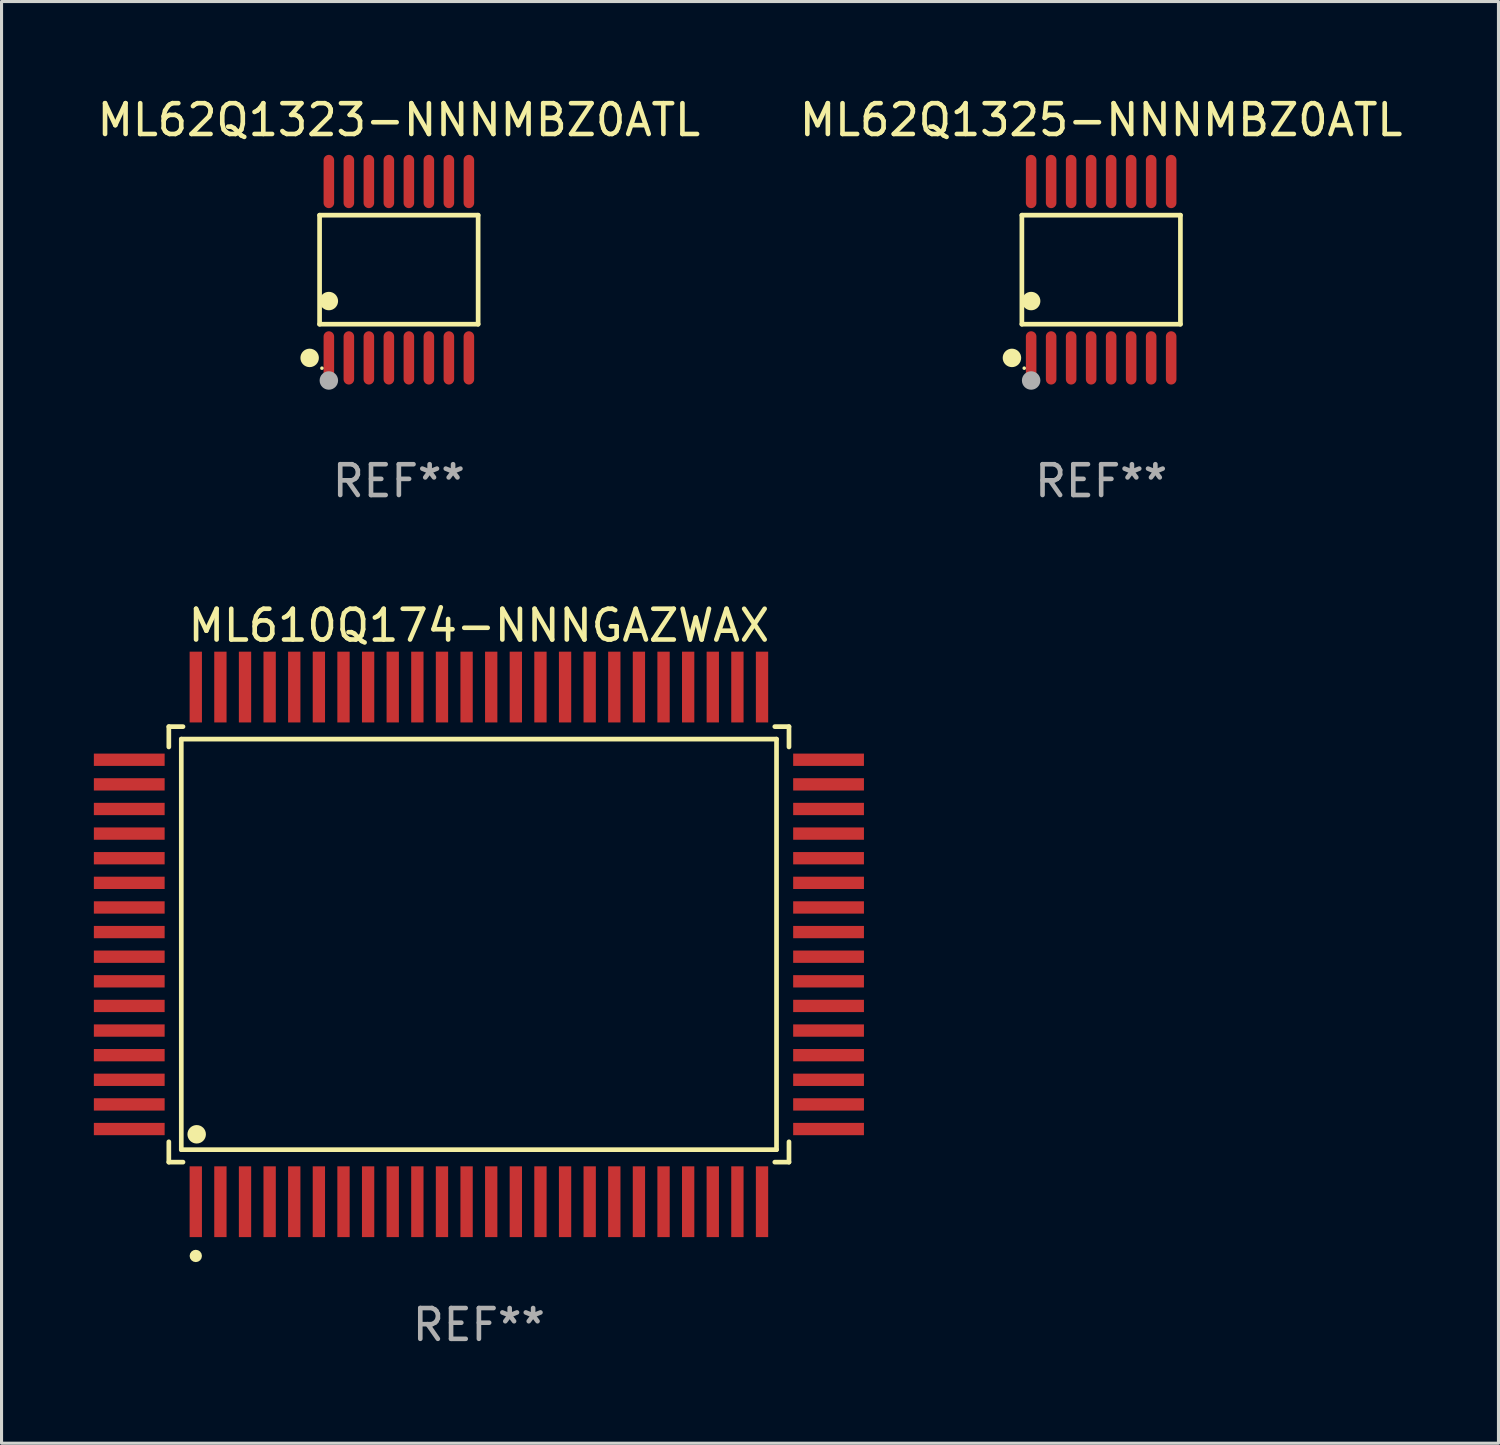
<source format=kicad_pcb>
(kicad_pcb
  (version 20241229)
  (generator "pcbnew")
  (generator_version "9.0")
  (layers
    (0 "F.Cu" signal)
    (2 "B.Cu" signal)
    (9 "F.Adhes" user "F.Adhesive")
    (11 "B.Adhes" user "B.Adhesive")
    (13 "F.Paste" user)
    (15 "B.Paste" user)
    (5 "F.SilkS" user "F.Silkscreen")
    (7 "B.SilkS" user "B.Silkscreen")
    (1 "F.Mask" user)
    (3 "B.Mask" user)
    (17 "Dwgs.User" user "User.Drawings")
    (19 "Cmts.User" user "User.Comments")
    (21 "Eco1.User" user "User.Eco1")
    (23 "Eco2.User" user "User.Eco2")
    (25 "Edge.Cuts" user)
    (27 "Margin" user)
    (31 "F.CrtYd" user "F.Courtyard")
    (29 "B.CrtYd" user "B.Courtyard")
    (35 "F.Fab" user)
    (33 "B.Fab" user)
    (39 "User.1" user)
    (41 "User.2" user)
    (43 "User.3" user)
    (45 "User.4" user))
  (footprint "ML610Q174-NNNGAZWAX"
    (layer "F.Cu")
    (at 12.512 27.638)
    (property "Reference" "ML610Q174-NNNGAZWAX" (at 0 -10.362 0) (layer "F.SilkS") (effects (font (size 1 1) (thickness 0.15))))
    (attr through_hole)
    (fp_line (start -10.076 -7.076) (end -9.615 -7.076) (stroke (width 0.152) (type solid)) (layer "F.SilkS"))
    (fp_line (start -10.076 -6.415) (end -10.076 -7.076) (stroke (width 0.152) (type solid)) (layer "F.SilkS"))
    (fp_line (start -10.076 6.415) (end -10.076 7.076) (stroke (width 0.152) (type solid)) (layer "F.SilkS"))
    (fp_line (start -10.076 7.076) (end -9.615 7.076) (stroke (width 0.152) (type solid)) (layer "F.SilkS"))
    (fp_line (start -9.671 -6.671) (end 9.671 -6.671) (stroke (width 0.152) (type solid)) (layer "F.SilkS"))
    (fp_line (start -9.671 6.671) (end -9.671 -6.671) (stroke (width 0.152) (type solid)) (layer "F.SilkS"))
    (fp_line (start 9.671 -6.671) (end 9.671 6.671) (stroke (width 0.152) (type solid)) (layer "F.SilkS"))
    (fp_line (start 9.671 6.671) (end -9.671 6.671) (stroke (width 0.152) (type solid)) (layer "F.SilkS"))
    (fp_line (start 10.076 -7.076) (end 9.615 -7.076) (stroke (width 0.152) (type solid)) (layer "F.SilkS"))
    (fp_line (start 10.076 -6.415) (end 10.076 -7.076) (stroke (width 0.152) (type solid)) (layer "F.SilkS"))
    (fp_line (start 10.076 6.415) (end 10.076 7.076) (stroke (width 0.152) (type solid)) (layer "F.SilkS"))
    (fp_line (start 10.076 7.076) (end 9.615 7.076) (stroke (width 0.152) (type solid)) (layer "F.SilkS"))
    (fp_circle (center -9.2 10.124) (end -9.1 10.124) (stroke (width 0.2) (type solid)) (fill no) (layer "F.SilkS"))
    (fp_circle (center -9.171 6.171) (end -9.021 6.171) (stroke (width 0.3) (type solid)) (fill no) (layer "F.SilkS"))
    (fp_text user "REF**" (at 0 12.362 0) (layer "F.Fab") (effects (font (size 1 1) (thickness 0.15))))
    (pad "1" smd rect (at -9.2 8.362) (size 0.4 2.3) (layers "F.Cu" "F.Mask" "F.Paste"))
    (pad "2" smd rect (at -8.4 8.362) (size 0.4 2.3) (layers "F.Cu" "F.Mask" "F.Paste"))
    (pad "3" smd rect (at -7.6 8.362) (size 0.4 2.3) (layers "F.Cu" "F.Mask" "F.Paste"))
    (pad "4" smd rect (at -6.8 8.362) (size 0.4 2.3) (layers "F.Cu" "F.Mask" "F.Paste"))
    (pad "5" smd rect (at -6 8.362) (size 0.4 2.3) (layers "F.Cu" "F.Mask" "F.Paste"))
    (pad "6" smd rect (at -5.2 8.362) (size 0.4 2.3) (layers "F.Cu" "F.Mask" "F.Paste"))
    (pad "7" smd rect (at -4.4 8.362) (size 0.4 2.3) (layers "F.Cu" "F.Mask" "F.Paste"))
    (pad "8" smd rect (at -3.6 8.362) (size 0.4 2.3) (layers "F.Cu" "F.Mask" "F.Paste"))
    (pad "9" smd rect (at -2.8 8.362) (size 0.4 2.3) (layers "F.Cu" "F.Mask" "F.Paste"))
    (pad "10" smd rect (at -2 8.362) (size 0.4 2.3) (layers "F.Cu" "F.Mask" "F.Paste"))
    (pad "11" smd rect (at -1.2 8.362) (size 0.4 2.3) (layers "F.Cu" "F.Mask" "F.Paste"))
    (pad "12" smd rect (at -0.4 8.362) (size 0.4 2.3) (layers "F.Cu" "F.Mask" "F.Paste"))
    (pad "13" smd rect (at 0.4 8.362) (size 0.4 2.3) (layers "F.Cu" "F.Mask" "F.Paste"))
    (pad "14" smd rect (at 1.2 8.362) (size 0.4 2.3) (layers "F.Cu" "F.Mask" "F.Paste"))
    (pad "15" smd rect (at 2 8.362) (size 0.4 2.3) (layers "F.Cu" "F.Mask" "F.Paste"))
    (pad "16" smd rect (at 2.8 8.362) (size 0.4 2.3) (layers "F.Cu" "F.Mask" "F.Paste"))
    (pad "17" smd rect (at 3.6 8.362) (size 0.4 2.3) (layers "F.Cu" "F.Mask" "F.Paste"))
    (pad "18" smd rect (at 4.4 8.362) (size 0.4 2.3) (layers "F.Cu" "F.Mask" "F.Paste"))
    (pad "19" smd rect (at 5.2 8.362) (size 0.4 2.3) (layers "F.Cu" "F.Mask" "F.Paste"))
    (pad "20" smd rect (at 6 8.362) (size 0.4 2.3) (layers "F.Cu" "F.Mask" "F.Paste"))
    (pad "21" smd rect (at 6.8 8.362) (size 0.4 2.3) (layers "F.Cu" "F.Mask" "F.Paste"))
    (pad "22" smd rect (at 7.6 8.362) (size 0.4 2.3) (layers "F.Cu" "F.Mask" "F.Paste"))
    (pad "23" smd rect (at 8.4 8.362) (size 0.4 2.3) (layers "F.Cu" "F.Mask" "F.Paste"))
    (pad "24" smd rect (at 9.2 8.362) (size 0.4 2.3) (layers "F.Cu" "F.Mask" "F.Paste"))
    (pad "25" smd rect (at 11.362 6) (size 2.3 0.4) (layers "F.Cu" "F.Mask" "F.Paste"))
    (pad "26" smd rect (at 11.362 5.2) (size 2.3 0.4) (layers "F.Cu" "F.Mask" "F.Paste"))
    (pad "27" smd rect (at 11.362 4.4) (size 2.3 0.4) (layers "F.Cu" "F.Mask" "F.Paste"))
    (pad "28" smd rect (at 11.362 3.6) (size 2.3 0.4) (layers "F.Cu" "F.Mask" "F.Paste"))
    (pad "29" smd rect (at 11.362 2.8) (size 2.3 0.4) (layers "F.Cu" "F.Mask" "F.Paste"))
    (pad "30" smd rect (at 11.362 2) (size 2.3 0.4) (layers "F.Cu" "F.Mask" "F.Paste"))
    (pad "31" smd rect (at 11.362 1.2) (size 2.3 0.4) (layers "F.Cu" "F.Mask" "F.Paste"))
    (pad "32" smd rect (at 11.362 0.4) (size 2.3 0.4) (layers "F.Cu" "F.Mask" "F.Paste"))
    (pad "33" smd rect (at 11.362 -0.4) (size 2.3 0.4) (layers "F.Cu" "F.Mask" "F.Paste"))
    (pad "34" smd rect (at 11.362 -1.2) (size 2.3 0.4) (layers "F.Cu" "F.Mask" "F.Paste"))
    (pad "35" smd rect (at 11.362 -2) (size 2.3 0.4) (layers "F.Cu" "F.Mask" "F.Paste"))
    (pad "36" smd rect (at 11.362 -2.8) (size 2.3 0.4) (layers "F.Cu" "F.Mask" "F.Paste"))
    (pad "37" smd rect (at 11.362 -3.6) (size 2.3 0.4) (layers "F.Cu" "F.Mask" "F.Paste"))
    (pad "38" smd rect (at 11.362 -4.4) (size 2.3 0.4) (layers "F.Cu" "F.Mask" "F.Paste"))
    (pad "39" smd rect (at 11.362 -5.2) (size 2.3 0.4) (layers "F.Cu" "F.Mask" "F.Paste"))
    (pad "40" smd rect (at 11.362 -6) (size 2.3 0.4) (layers "F.Cu" "F.Mask" "F.Paste"))
    (pad "41" smd rect (at 9.2 -8.362) (size 0.4 2.3) (layers "F.Cu" "F.Mask" "F.Paste"))
    (pad "42" smd rect (at 8.4 -8.362) (size 0.4 2.3) (layers "F.Cu" "F.Mask" "F.Paste"))
    (pad "43" smd rect (at 7.6 -8.362) (size 0.4 2.3) (layers "F.Cu" "F.Mask" "F.Paste"))
    (pad "44" smd rect (at 6.8 -8.362) (size 0.4 2.3) (layers "F.Cu" "F.Mask" "F.Paste"))
    (pad "45" smd rect (at 6 -8.362) (size 0.4 2.3) (layers "F.Cu" "F.Mask" "F.Paste"))
    (pad "46" smd rect (at 5.2 -8.362) (size 0.4 2.3) (layers "F.Cu" "F.Mask" "F.Paste"))
    (pad "47" smd rect (at 4.4 -8.362) (size 0.4 2.3) (layers "F.Cu" "F.Mask" "F.Paste"))
    (pad "48" smd rect (at 3.6 -8.362) (size 0.4 2.3) (layers "F.Cu" "F.Mask" "F.Paste"))
    (pad "49" smd rect (at 2.8 -8.362) (size 0.4 2.3) (layers "F.Cu" "F.Mask" "F.Paste"))
    (pad "50" smd rect (at 2 -8.362) (size 0.4 2.3) (layers "F.Cu" "F.Mask" "F.Paste"))
    (pad "51" smd rect (at 1.2 -8.362) (size 0.4 2.3) (layers "F.Cu" "F.Mask" "F.Paste"))
    (pad "52" smd rect (at 0.4 -8.362) (size 0.4 2.3) (layers "F.Cu" "F.Mask" "F.Paste"))
    (pad "53" smd rect (at -0.4 -8.362) (size 0.4 2.3) (layers "F.Cu" "F.Mask" "F.Paste"))
    (pad "54" smd rect (at -1.2 -8.362) (size 0.4 2.3) (layers "F.Cu" "F.Mask" "F.Paste"))
    (pad "55" smd rect (at -2 -8.362) (size 0.4 2.3) (layers "F.Cu" "F.Mask" "F.Paste"))
    (pad "56" smd rect (at -2.8 -8.362) (size 0.4 2.3) (layers "F.Cu" "F.Mask" "F.Paste"))
    (pad "57" smd rect (at -3.6 -8.362) (size 0.4 2.3) (layers "F.Cu" "F.Mask" "F.Paste"))
    (pad "58" smd rect (at -4.4 -8.362) (size 0.4 2.3) (layers "F.Cu" "F.Mask" "F.Paste"))
    (pad "59" smd rect (at -5.2 -8.362) (size 0.4 2.3) (layers "F.Cu" "F.Mask" "F.Paste"))
    (pad "60" smd rect (at -6 -8.362) (size 0.4 2.3) (layers "F.Cu" "F.Mask" "F.Paste"))
    (pad "61" smd rect (at -6.8 -8.362) (size 0.4 2.3) (layers "F.Cu" "F.Mask" "F.Paste"))
    (pad "62" smd rect (at -7.6 -8.362) (size 0.4 2.3) (layers "F.Cu" "F.Mask" "F.Paste"))
    (pad "63" smd rect (at -8.4 -8.362) (size 0.4 2.3) (layers "F.Cu" "F.Mask" "F.Paste"))
    (pad "64" smd rect (at -9.2 -8.362) (size 0.4 2.3) (layers "F.Cu" "F.Mask" "F.Paste"))
    (pad "65" smd rect (at -11.362 -6) (size 2.3 0.4) (layers "F.Cu" "F.Mask" "F.Paste"))
    (pad "66" smd rect (at -11.362 -5.2) (size 2.3 0.4) (layers "F.Cu" "F.Mask" "F.Paste"))
    (pad "67" smd rect (at -11.362 -4.4) (size 2.3 0.4) (layers "F.Cu" "F.Mask" "F.Paste"))
    (pad "68" smd rect (at -11.362 -3.6) (size 2.3 0.4) (layers "F.Cu" "F.Mask" "F.Paste"))
    (pad "69" smd rect (at -11.362 -2.8) (size 2.3 0.4) (layers "F.Cu" "F.Mask" "F.Paste"))
    (pad "70" smd rect (at -11.362 -2) (size 2.3 0.4) (layers "F.Cu" "F.Mask" "F.Paste"))
    (pad "71" smd rect (at -11.362 -1.2) (size 2.3 0.4) (layers "F.Cu" "F.Mask" "F.Paste"))
    (pad "72" smd rect (at -11.362 -0.4) (size 2.3 0.4) (layers "F.Cu" "F.Mask" "F.Paste"))
    (pad "73" smd rect (at -11.362 0.4) (size 2.3 0.4) (layers "F.Cu" "F.Mask" "F.Paste"))
    (pad "74" smd rect (at -11.362 1.2) (size 2.3 0.4) (layers "F.Cu" "F.Mask" "F.Paste"))
    (pad "75" smd rect (at -11.362 2) (size 2.3 0.4) (layers "F.Cu" "F.Mask" "F.Paste"))
    (pad "76" smd rect (at -11.362 2.8) (size 2.3 0.4) (layers "F.Cu" "F.Mask" "F.Paste"))
    (pad "77" smd rect (at -11.362 3.6) (size 2.3 0.4) (layers "F.Cu" "F.Mask" "F.Paste"))
    (pad "78" smd rect (at -11.362 4.4) (size 2.3 0.4) (layers "F.Cu" "F.Mask" "F.Paste"))
    (pad "79" smd rect (at -11.362 5.2) (size 2.3 0.4) (layers "F.Cu" "F.Mask" "F.Paste"))
    (pad "80" smd rect (at -11.362 6) (size 2.3 0.4) (layers "F.Cu" "F.Mask" "F.Paste")))
  (footprint "ML62Q1325-NNNMBZ0ATL"
    (layer "F.Cu")
    (at 32.732 5.714)
    (property "Reference" "ML62Q1325-NNNMBZ0ATL" (at 0 -4.866 0) (layer "F.SilkS") (effects (font (size 1 1) (thickness 0.15))))
    (attr through_hole)
    (fp_line (start -2.576 -1.772) (end 2.576 -1.772) (stroke (width 0.152) (type solid)) (layer "F.SilkS"))
    (fp_line (start -2.576 1.771) (end -2.576 -1.772) (stroke (width 0.152) (type solid)) (layer "F.SilkS"))
    (fp_line (start 2.576 -1.772) (end 2.576 1.771) (stroke (width 0.152) (type solid)) (layer "F.SilkS"))
    (fp_line (start 2.576 1.771) (end -2.576 1.771) (stroke (width 0.152) (type solid)) (layer "F.SilkS"))
    (fp_circle (center -2.899 2.866) (end -2.749 2.866) (stroke (width 0.3) (type solid)) (fill no) (layer "F.SilkS"))
    (fp_circle (center -2.5 3.2) (end -2.47 3.2) (stroke (width 0.06) (type solid)) (fill no) (layer "F.SilkS"))
    (fp_circle (center -2.275 1.019) (end -2.125 1.019) (stroke (width 0.3) (type solid)) (fill no) (layer "F.SilkS"))
    (fp_circle (center -2.275 3.6) (end -2.125 3.6) (stroke (width 0.3) (type solid)) (fill no) (layer "F.Fab"))
    (fp_text user "REF**" (at 0 6.866 0) (layer "F.Fab") (effects (font (size 1 1) (thickness 0.15))))
    (pad "1" smd oval (at -2.275 2.866) (size 0.343 1.731) (layers "F.Cu" "F.Mask" "F.Paste"))
    (pad "2" smd oval (at -1.625 2.866) (size 0.343 1.731) (layers "F.Cu" "F.Mask" "F.Paste"))
    (pad "3" smd oval (at -0.975 2.866) (size 0.343 1.731) (layers "F.Cu" "F.Mask" "F.Paste"))
    (pad "4" smd oval (at -0.325 2.866) (size 0.343 1.731) (layers "F.Cu" "F.Mask" "F.Paste"))
    (pad "5" smd oval (at 0.325 2.866) (size 0.343 1.731) (layers "F.Cu" "F.Mask" "F.Paste"))
    (pad "6" smd oval (at 0.975 2.866) (size 0.343 1.731) (layers "F.Cu" "F.Mask" "F.Paste"))
    (pad "7" smd oval (at 1.625 2.866) (size 0.343 1.731) (layers "F.Cu" "F.Mask" "F.Paste"))
    (pad "8" smd oval (at 2.275 2.866) (size 0.343 1.731) (layers "F.Cu" "F.Mask" "F.Paste"))
    (pad "9" smd oval (at 2.275 -2.866) (size 0.343 1.731) (layers "F.Cu" "F.Mask" "F.Paste"))
    (pad "10" smd oval (at 1.625 -2.866) (size 0.343 1.731) (layers "F.Cu" "F.Mask" "F.Paste"))
    (pad "11" smd oval (at 0.975 -2.866) (size 0.343 1.731) (layers "F.Cu" "F.Mask" "F.Paste"))
    (pad "12" smd oval (at 0.325 -2.866) (size 0.343 1.731) (layers "F.Cu" "F.Mask" "F.Paste"))
    (pad "13" smd oval (at -0.325 -2.866) (size 0.343 1.731) (layers "F.Cu" "F.Mask" "F.Paste"))
    (pad "14" smd oval (at -0.975 -2.866) (size 0.343 1.731) (layers "F.Cu" "F.Mask" "F.Paste"))
    (pad "15" smd oval (at -1.625 -2.866) (size 0.343 1.731) (layers "F.Cu" "F.Mask" "F.Paste"))
    (pad "16" smd oval (at -2.275 -2.866) (size 0.343 1.731) (layers "F.Cu" "F.Mask" "F.Paste")))
  (footprint "ML62Q1323-NNNMBZ0ATL"
    (layer "F.Cu")
    (at 9.911 5.714)
    (property "Reference" "ML62Q1323-NNNMBZ0ATL" (at 0 -4.866 0) (layer "F.SilkS") (effects (font (size 1 1) (thickness 0.15))))
    (attr through_hole)
    (fp_line (start -2.576 -1.772) (end 2.576 -1.772) (stroke (width 0.152) (type solid)) (layer "F.SilkS"))
    (fp_line (start -2.576 1.771) (end -2.576 -1.772) (stroke (width 0.152) (type solid)) (layer "F.SilkS"))
    (fp_line (start 2.576 -1.772) (end 2.576 1.771) (stroke (width 0.152) (type solid)) (layer "F.SilkS"))
    (fp_line (start 2.576 1.771) (end -2.576 1.771) (stroke (width 0.152) (type solid)) (layer "F.SilkS"))
    (fp_circle (center -2.899 2.866) (end -2.749 2.866) (stroke (width 0.3) (type solid)) (fill no) (layer "F.SilkS"))
    (fp_circle (center -2.5 3.2) (end -2.47 3.2) (stroke (width 0.06) (type solid)) (fill no) (layer "F.SilkS"))
    (fp_circle (center -2.275 1.019) (end -2.125 1.019) (stroke (width 0.3) (type solid)) (fill no) (layer "F.SilkS"))
    (fp_circle (center -2.275 3.6) (end -2.125 3.6) (stroke (width 0.3) (type solid)) (fill no) (layer "F.Fab"))
    (fp_text user "REF**" (at 0 6.866 0) (layer "F.Fab") (effects (font (size 1 1) (thickness 0.15))))
    (pad "1" smd oval (at -2.275 2.866) (size 0.343 1.731) (layers "F.Cu" "F.Mask" "F.Paste"))
    (pad "2" smd oval (at -1.625 2.866) (size 0.343 1.731) (layers "F.Cu" "F.Mask" "F.Paste"))
    (pad "3" smd oval (at -0.975 2.866) (size 0.343 1.731) (layers "F.Cu" "F.Mask" "F.Paste"))
    (pad "4" smd oval (at -0.325 2.866) (size 0.343 1.731) (layers "F.Cu" "F.Mask" "F.Paste"))
    (pad "5" smd oval (at 0.325 2.866) (size 0.343 1.731) (layers "F.Cu" "F.Mask" "F.Paste"))
    (pad "6" smd oval (at 0.975 2.866) (size 0.343 1.731) (layers "F.Cu" "F.Mask" "F.Paste"))
    (pad "7" smd oval (at 1.625 2.866) (size 0.343 1.731) (layers "F.Cu" "F.Mask" "F.Paste"))
    (pad "8" smd oval (at 2.275 2.866) (size 0.343 1.731) (layers "F.Cu" "F.Mask" "F.Paste"))
    (pad "9" smd oval (at 2.275 -2.866) (size 0.343 1.731) (layers "F.Cu" "F.Mask" "F.Paste"))
    (pad "10" smd oval (at 1.625 -2.866) (size 0.343 1.731) (layers "F.Cu" "F.Mask" "F.Paste"))
    (pad "11" smd oval (at 0.975 -2.866) (size 0.343 1.731) (layers "F.Cu" "F.Mask" "F.Paste"))
    (pad "12" smd oval (at 0.325 -2.866) (size 0.343 1.731) (layers "F.Cu" "F.Mask" "F.Paste"))
    (pad "13" smd oval (at -0.325 -2.866) (size 0.343 1.731) (layers "F.Cu" "F.Mask" "F.Paste"))
    (pad "14" smd oval (at -0.975 -2.866) (size 0.343 1.731) (layers "F.Cu" "F.Mask" "F.Paste"))
    (pad "15" smd oval (at -1.625 -2.866) (size 0.343 1.731) (layers "F.Cu" "F.Mask" "F.Paste"))
    (pad "16" smd oval (at -2.275 -2.866) (size 0.343 1.731) (layers "F.Cu" "F.Mask" "F.Paste")))
  (gr_rect
    (start -3 -3)
    (end 45.643 43.848)
    (stroke (width 0.1) (type default))
    (fill no)
    (layer "Edge.Cuts")))
</source>
